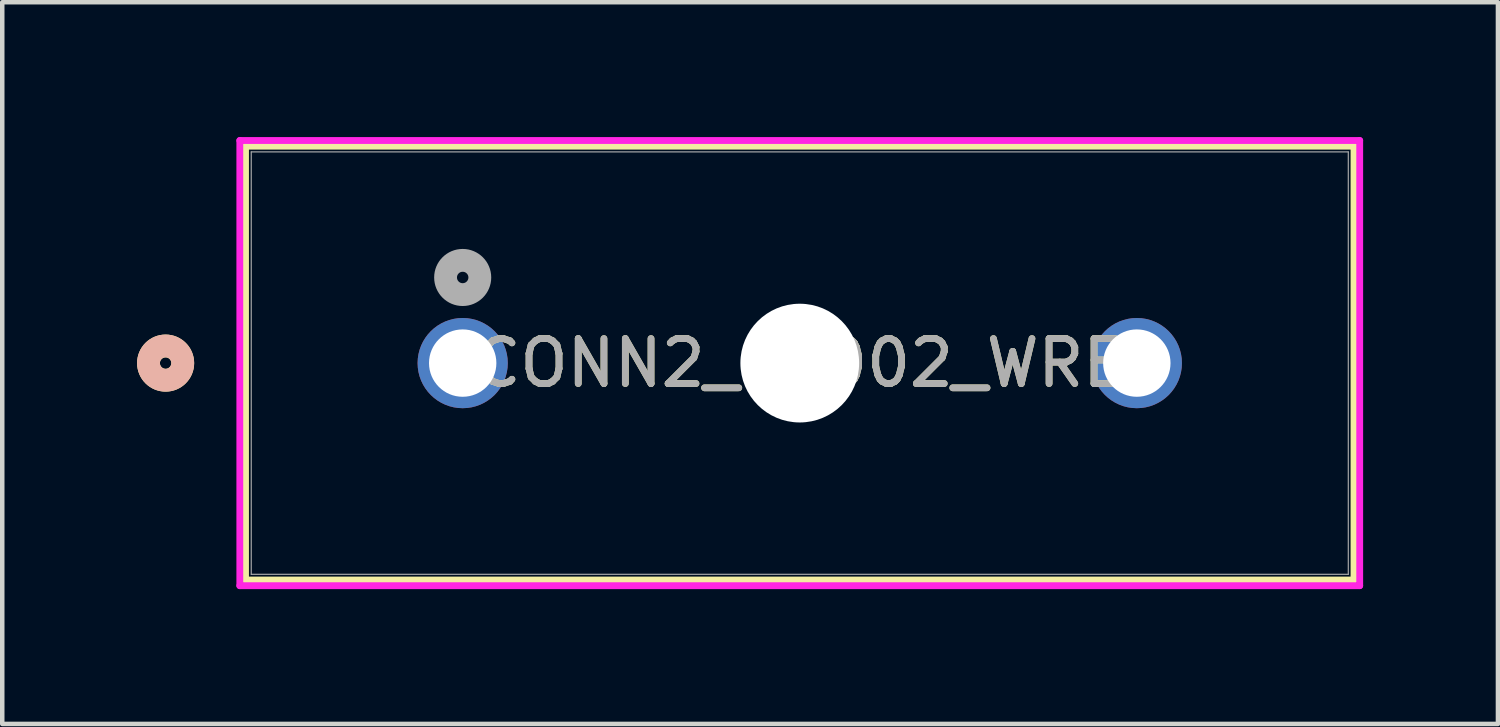
<source format=kicad_pcb>
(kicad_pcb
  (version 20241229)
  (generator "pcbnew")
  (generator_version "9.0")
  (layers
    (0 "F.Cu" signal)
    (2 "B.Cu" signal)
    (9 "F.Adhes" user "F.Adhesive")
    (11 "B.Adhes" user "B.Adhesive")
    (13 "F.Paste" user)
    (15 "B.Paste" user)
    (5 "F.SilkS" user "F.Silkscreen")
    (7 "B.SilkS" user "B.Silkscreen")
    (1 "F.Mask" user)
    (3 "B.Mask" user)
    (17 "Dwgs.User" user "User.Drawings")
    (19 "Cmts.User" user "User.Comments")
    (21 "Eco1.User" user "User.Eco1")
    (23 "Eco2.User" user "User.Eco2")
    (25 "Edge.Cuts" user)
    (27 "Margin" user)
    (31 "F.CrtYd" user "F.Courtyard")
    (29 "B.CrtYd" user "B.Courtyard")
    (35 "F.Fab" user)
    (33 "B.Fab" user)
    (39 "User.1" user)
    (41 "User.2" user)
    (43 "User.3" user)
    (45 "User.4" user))
  (footprint "CONN2_03002_WRE"
    (layer "F.Cu")
    (at 7.245 5.029)
    (property "Reference" "CONN2_03002_WRE" (at 7.5 0 0) (unlocked yes) (layer "F.SilkS") (effects (font (size 1 1) (thickness 0.15))))
    (attr through_hole)
    (fp_line (start -4.832 -4.826) (end -4.832 4.826) (stroke (width 0.152) (type solid)) (layer "F.SilkS"))
    (fp_line (start -4.832 4.826) (end 19.832 4.826) (stroke (width 0.152) (type solid)) (layer "F.SilkS"))
    (fp_line (start 19.832 -4.826) (end -4.832 -4.826) (stroke (width 0.152) (type solid)) (layer "F.SilkS"))
    (fp_line (start 19.832 4.826) (end 19.832 -4.826) (stroke (width 0.152) (type solid)) (layer "F.SilkS"))
    (fp_circle (center -6.61 0) (end -6.229 0) (stroke (width 0.508) (type solid)) (fill no) (layer "F.SilkS"))
    (fp_circle (center -6.61 0) (end -6.229 0) (stroke (width 0.508) (type solid)) (fill no) (layer "B.SilkS"))
    (fp_line (start -4.959 -4.953) (end -4.959 4.953) (stroke (width 0.152) (type solid)) (layer "F.CrtYd"))
    (fp_line (start -4.959 4.953) (end 19.959 4.953) (stroke (width 0.152) (type solid)) (layer "F.CrtYd"))
    (fp_line (start 19.959 -4.953) (end -4.959 -4.953) (stroke (width 0.152) (type solid)) (layer "F.CrtYd"))
    (fp_line (start 19.959 4.953) (end 19.959 -4.953) (stroke (width 0.152) (type solid)) (layer "F.CrtYd"))
    (fp_line (start -4.705 -4.699) (end -4.705 4.699) (stroke (width 0.025) (type solid)) (layer "F.Fab"))
    (fp_line (start -4.705 4.699) (end 19.705 4.699) (stroke (width 0.025) (type solid)) (layer "F.Fab"))
    (fp_line (start 19.705 -4.699) (end -4.705 -4.699) (stroke (width 0.025) (type solid)) (layer "F.Fab"))
    (fp_line (start 19.705 4.699) (end 19.705 -4.699) (stroke (width 0.025) (type solid)) (layer "F.Fab"))
    (fp_circle (center 0 -1.905) (end 0.381 -1.905) (stroke (width 0.508) (type solid)) (fill no) (layer "F.Fab"))
    (fp_text user "${REFERENCE}" (at 7.5 0 0) (unlocked yes) (layer "F.Fab") (effects (font (size 1 1) (thickness 0.15))))
    (pad "" np_thru_hole circle (at 7.5 0) (size 2.642 2.642) (drill 2.642) (layers "*.Cu" "*.Mask"))
    (pad "1" thru_hole circle (at 0 0) (size 2.007 2.007) (drill 1.499) (layers "*.Cu" "*.Mask"))
    (pad "2" thru_hole circle (at 15 0) (size 2.007 2.007) (drill 1.499) (layers "*.Cu" "*.Mask")))
  (gr_rect
    (start -3 -3)
    (end 30.28 13.058)
    (stroke (width 0.1) (type default))
    (fill no)
    (layer "Edge.Cuts")))
</source>
